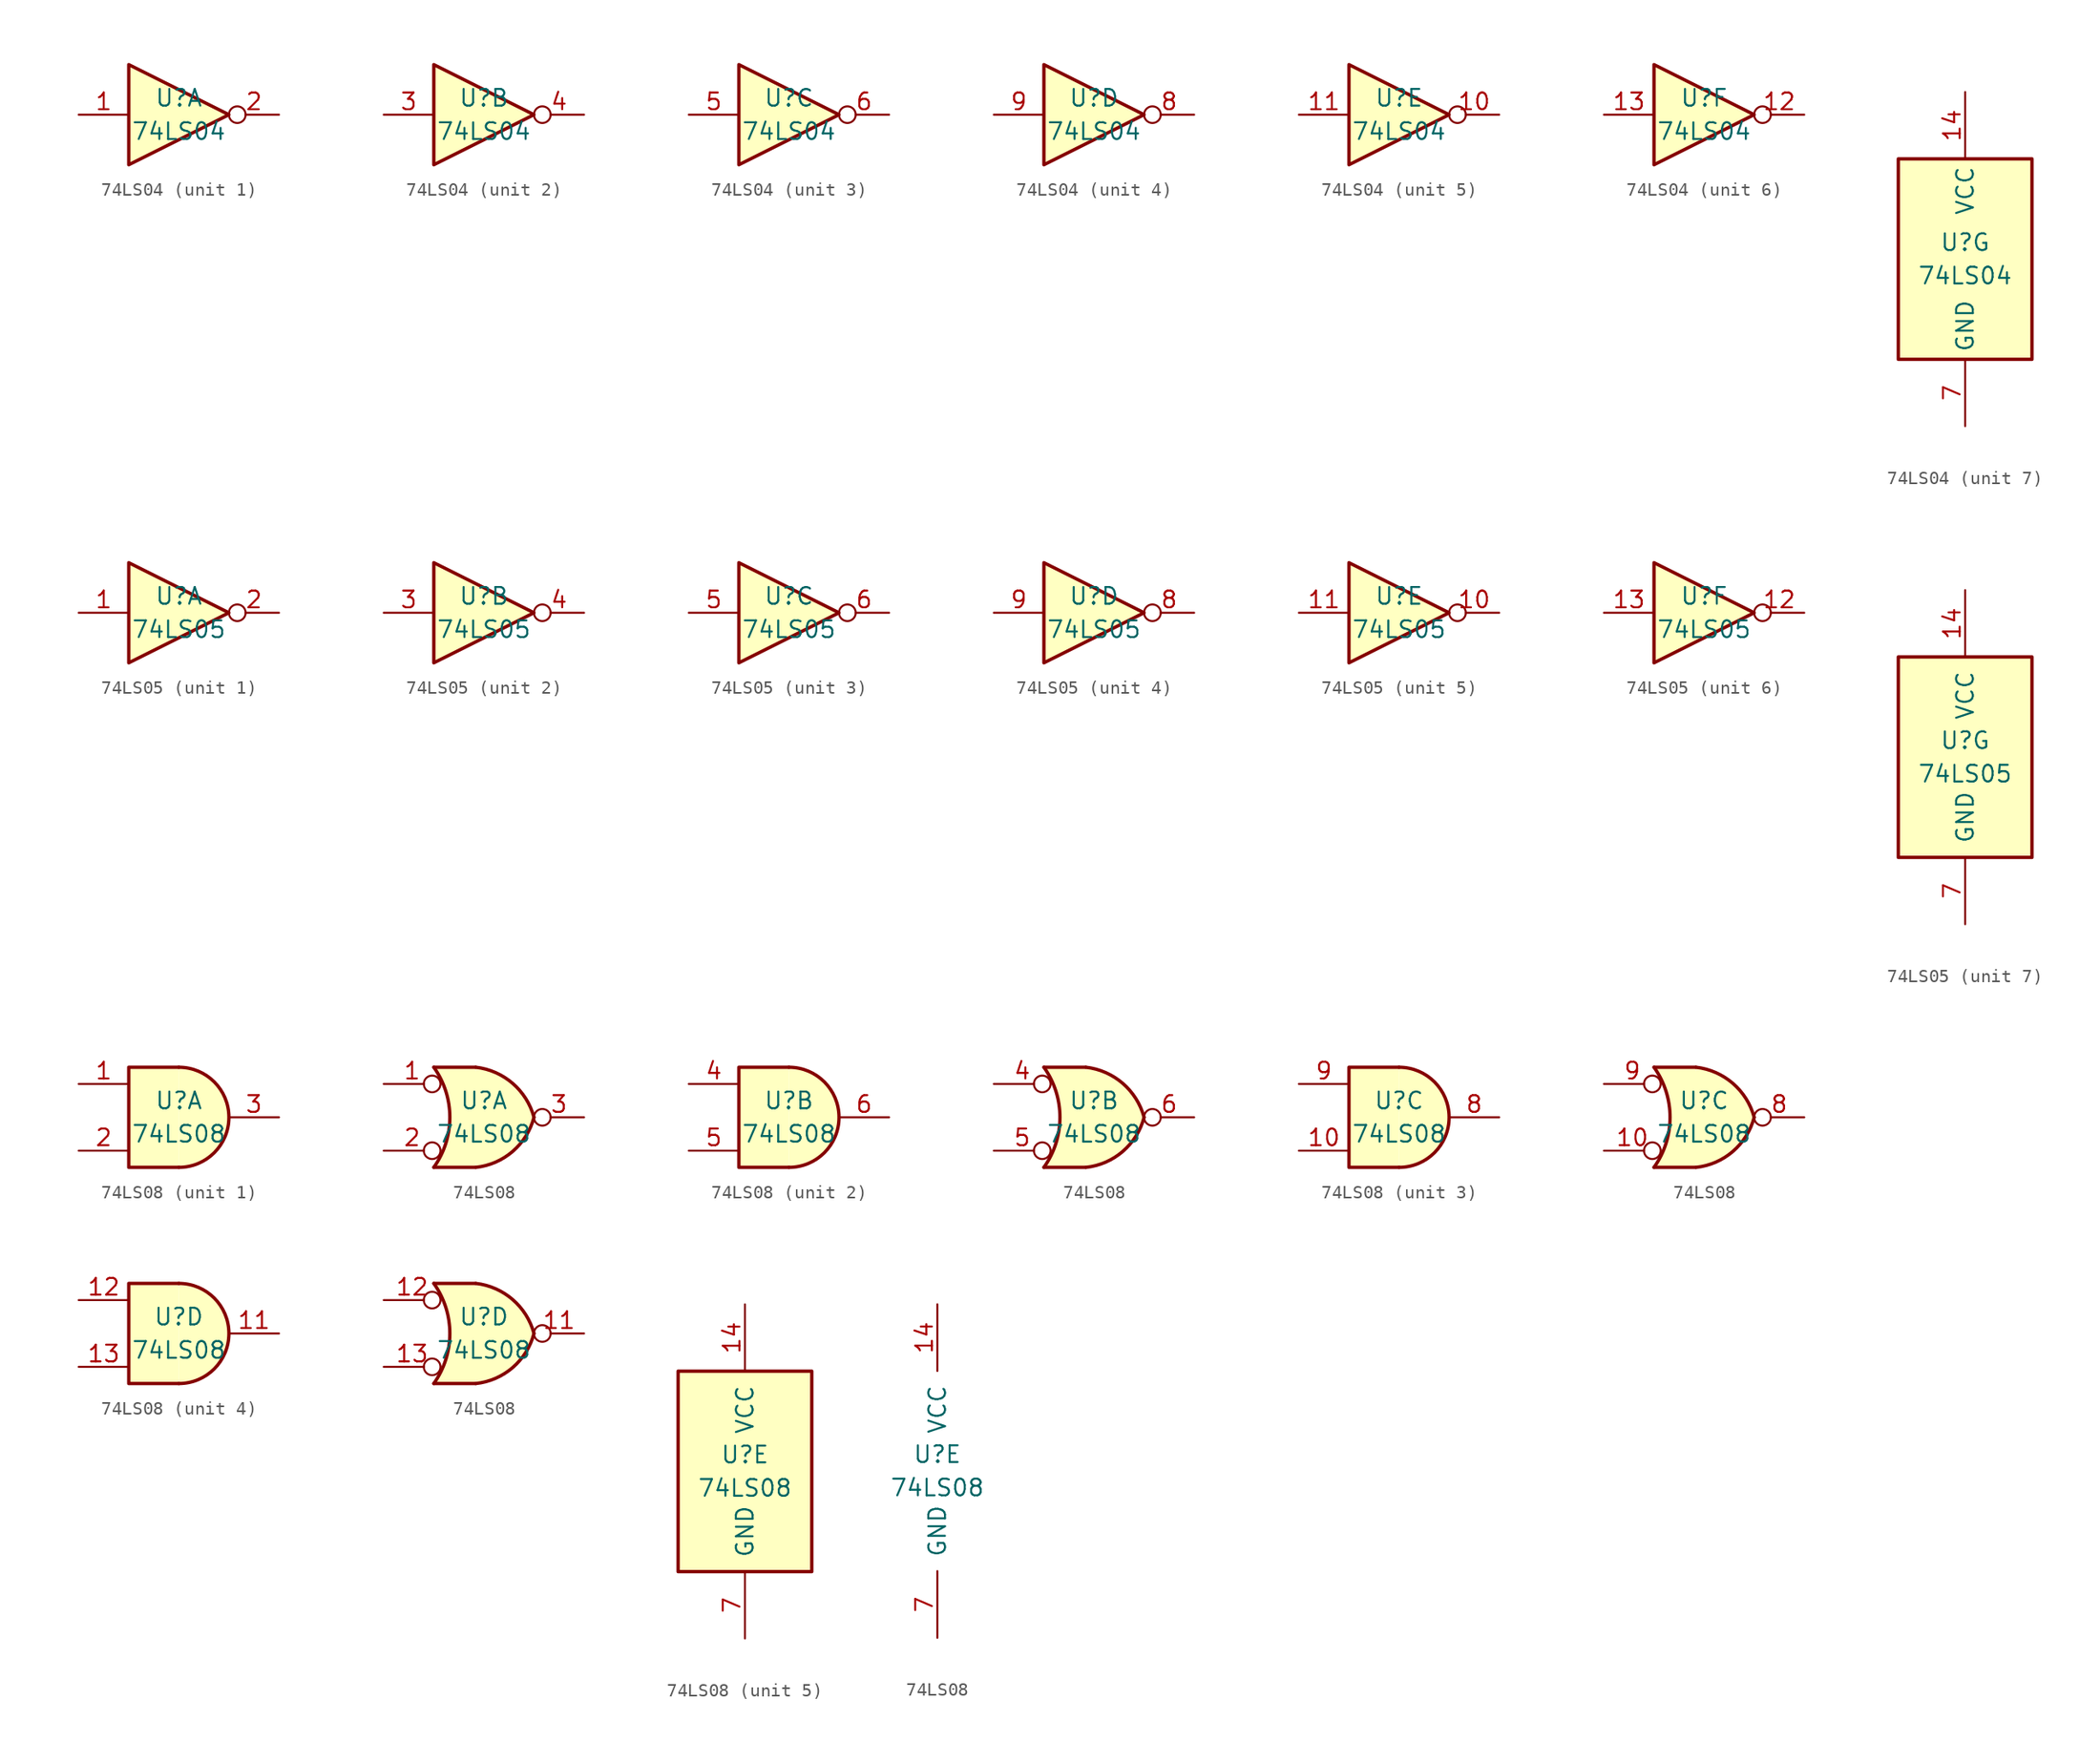
<source format=kicad_sym>
(kicad_symbol_lib
  (version 20241209)
  (generator "kicad_symbol_editor")
  (generator_version "9.0")
  (symbol "74LS04"
    (property "Reference" "U"
      (at 0 1.27 0)
      (effects (font (size 1.27 1.27))))
    (property "Value" "74LS04"
      (at 0 -1.27 0)
      (effects (font (size 1.27 1.27))))
    (property "ki_locked" ""
      (at 0 0 0)
      (effects (font (size 1.27 1.27))))
    (symbol "74LS04_1_0"
      (polyline (pts (xy -3.81 3.81) (xy -3.81 -3.81) (xy 3.81 0) (xy -3.81 3.81)) (stroke (width 0.254) (type solid)) (fill (type background)))
      (pin input line (at -7.62 0 0) (length 3.81) (name "~" (effects (font (size 1.27 1.27)))) (number "1" (effects (font (size 1.27 1.27)))))
      (pin output inverted (at 7.62 0 180) (length 3.81) (name "~" (effects (font (size 1.27 1.27)))) (number "2" (effects (font (size 1.27 1.27))))))
    (symbol "74LS04_2_0"
      (polyline (pts (xy -3.81 3.81) (xy -3.81 -3.81) (xy 3.81 0) (xy -3.81 3.81)) (stroke (width 0.254) (type solid)) (fill (type background)))
      (pin input line (at -7.62 0 0) (length 3.81) (name "~" (effects (font (size 1.27 1.27)))) (number "3" (effects (font (size 1.27 1.27)))))
      (pin output inverted (at 7.62 0 180) (length 3.81) (name "~" (effects (font (size 1.27 1.27)))) (number "4" (effects (font (size 1.27 1.27))))))
    (symbol "74LS04_3_0"
      (polyline (pts (xy -3.81 3.81) (xy -3.81 -3.81) (xy 3.81 0) (xy -3.81 3.81)) (stroke (width 0.254) (type solid)) (fill (type background)))
      (pin input line (at -7.62 0 0) (length 3.81) (name "~" (effects (font (size 1.27 1.27)))) (number "5" (effects (font (size 1.27 1.27)))))
      (pin output inverted (at 7.62 0 180) (length 3.81) (name "~" (effects (font (size 1.27 1.27)))) (number "6" (effects (font (size 1.27 1.27))))))
    (symbol "74LS04_4_0"
      (polyline (pts (xy -3.81 3.81) (xy -3.81 -3.81) (xy 3.81 0) (xy -3.81 3.81)) (stroke (width 0.254) (type solid)) (fill (type background)))
      (pin input line (at -7.62 0 0) (length 3.81) (name "~" (effects (font (size 1.27 1.27)))) (number "9" (effects (font (size 1.27 1.27)))))
      (pin output inverted (at 7.62 0 180) (length 3.81) (name "~" (effects (font (size 1.27 1.27)))) (number "8" (effects (font (size 1.27 1.27))))))
    (symbol "74LS04_5_0"
      (polyline (pts (xy -3.81 3.81) (xy -3.81 -3.81) (xy 3.81 0) (xy -3.81 3.81)) (stroke (width 0.254) (type solid)) (fill (type background)))
      (pin input line (at -7.62 0 0) (length 3.81) (name "~" (effects (font (size 1.27 1.27)))) (number "11" (effects (font (size 1.27 1.27)))))
      (pin output inverted (at 7.62 0 180) (length 3.81) (name "~" (effects (font (size 1.27 1.27)))) (number "10" (effects (font (size 1.27 1.27))))))
    (symbol "74LS04_6_0"
      (polyline (pts (xy -3.81 3.81) (xy -3.81 -3.81) (xy 3.81 0) (xy -3.81 3.81)) (stroke (width 0.254) (type solid)) (fill (type background)))
      (pin input line (at -7.62 0 0) (length 3.81) (name "~" (effects (font (size 1.27 1.27)))) (number "13" (effects (font (size 1.27 1.27)))))
      (pin output inverted (at 7.62 0 180) (length 3.81) (name "~" (effects (font (size 1.27 1.27)))) (number "12" (effects (font (size 1.27 1.27))))))
    (symbol "74LS04_7_0"
      (pin power_in line (at 0 12.7 270) (length 5.08) (name "VCC" (effects (font (size 1.27 1.27)))) (number "14" (effects (font (size 1.27 1.27)))))
      (pin power_in line (at 0 -12.7 90) (length 5.08) (name "GND" (effects (font (size 1.27 1.27)))) (number "7" (effects (font (size 1.27 1.27))))))
    (symbol "74LS04_7_1"
      (rectangle (start -5.08 7.62) (end 5.08 -7.62) (stroke (width 0.254) (type solid)) (fill (type background)))))
  (symbol "74LS05"
    (pin_names
      (offset 1.016))
    (property "Reference" "U"
      (at 0 1.27 0)
      (effects (font (size 1.27 1.27))))
    (property "Value" "74LS05"
      (at 0 -1.27 0)
      (effects (font (size 1.27 1.27))))
    (property "ki_locked" ""
      (at 0 0 0)
      (effects (font (size 1.27 1.27))))
    (symbol "74LS05_1_0"
      (polyline (pts (xy -3.81 3.81) (xy -3.81 -3.81) (xy 3.81 0) (xy -3.81 3.81)) (stroke (width 0.254) (type solid)) (fill (type background)))
      (pin input line (at -7.62 0 0) (length 3.81) (name "~" (effects (font (size 1.27 1.27)))) (number "1" (effects (font (size 1.27 1.27)))))
      (pin open_collector inverted (at 7.62 0 180) (length 3.81) (name "~" (effects (font (size 1.27 1.27)))) (number "2" (effects (font (size 1.27 1.27))))))
    (symbol "74LS05_2_0"
      (polyline (pts (xy -3.81 3.81) (xy -3.81 -3.81) (xy 3.81 0) (xy -3.81 3.81)) (stroke (width 0.254) (type solid)) (fill (type background)))
      (pin input line (at -7.62 0 0) (length 3.81) (name "~" (effects (font (size 1.27 1.27)))) (number "3" (effects (font (size 1.27 1.27)))))
      (pin open_collector inverted (at 7.62 0 180) (length 3.81) (name "~" (effects (font (size 1.27 1.27)))) (number "4" (effects (font (size 1.27 1.27))))))
    (symbol "74LS05_3_0"
      (polyline (pts (xy -3.81 3.81) (xy -3.81 -3.81) (xy 3.81 0) (xy -3.81 3.81)) (stroke (width 0.254) (type solid)) (fill (type background)))
      (pin input line (at -7.62 0 0) (length 3.81) (name "~" (effects (font (size 1.27 1.27)))) (number "5" (effects (font (size 1.27 1.27)))))
      (pin open_collector inverted (at 7.62 0 180) (length 3.81) (name "~" (effects (font (size 1.27 1.27)))) (number "6" (effects (font (size 1.27 1.27))))))
    (symbol "74LS05_4_0"
      (polyline (pts (xy -3.81 3.81) (xy -3.81 -3.81) (xy 3.81 0) (xy -3.81 3.81)) (stroke (width 0.254) (type solid)) (fill (type background)))
      (pin input line (at -7.62 0 0) (length 3.81) (name "~" (effects (font (size 1.27 1.27)))) (number "9" (effects (font (size 1.27 1.27)))))
      (pin open_collector inverted (at 7.62 0 180) (length 3.81) (name "~" (effects (font (size 1.27 1.27)))) (number "8" (effects (font (size 1.27 1.27))))))
    (symbol "74LS05_5_0"
      (polyline (pts (xy -3.81 3.81) (xy -3.81 -3.81) (xy 3.81 0) (xy -3.81 3.81)) (stroke (width 0.254) (type solid)) (fill (type background)))
      (pin input line (at -7.62 0 0) (length 3.81) (name "~" (effects (font (size 1.27 1.27)))) (number "11" (effects (font (size 1.27 1.27)))))
      (pin open_collector inverted (at 7.62 0 180) (length 3.81) (name "~" (effects (font (size 1.27 1.27)))) (number "10" (effects (font (size 1.27 1.27))))))
    (symbol "74LS05_6_0"
      (polyline (pts (xy -3.81 3.81) (xy -3.81 -3.81) (xy 3.81 0) (xy -3.81 3.81)) (stroke (width 0.254) (type solid)) (fill (type background)))
      (pin input line (at -7.62 0 0) (length 3.81) (name "~" (effects (font (size 1.27 1.27)))) (number "13" (effects (font (size 1.27 1.27)))))
      (pin open_collector inverted (at 7.62 0 180) (length 3.81) (name "~" (effects (font (size 1.27 1.27)))) (number "12" (effects (font (size 1.27 1.27))))))
    (symbol "74LS05_7_0"
      (pin power_in line (at 0 12.7 270) (length 5.08) (name "VCC" (effects (font (size 1.27 1.27)))) (number "14" (effects (font (size 1.27 1.27)))))
      (pin power_in line (at 0 -12.7 90) (length 5.08) (name "GND" (effects (font (size 1.27 1.27)))) (number "7" (effects (font (size 1.27 1.27))))))
    (symbol "74LS05_7_1"
      (rectangle (start -5.08 7.62) (end 5.08 -7.62) (stroke (width 0.254) (type solid)) (fill (type background)))))
  (symbol "74LS08"
    (pin_names
      (offset 1.016))
    (property "Reference" "U"
      (at 0 1.27 0)
      (effects (font (size 1.27 1.27))))
    (property "Value" "74LS08"
      (at 0 -1.27 0)
      (effects (font (size 1.27 1.27))))
    (property "ki_locked" ""
      (at 0 0 0)
      (effects (font (size 1.27 1.27))))
    (symbol "74LS08_1_1"
      (polyline (pts (xy 0 3.81) (xy -3.81 3.81) (xy -3.81 -3.81) (xy 0 -3.81)) (stroke (width 0.254) (type solid)) (fill (type background)))
      (arc (start 0 3.81) (mid 3.81 0) (end 0 -3.81) (stroke (width 0.254) (type solid)) (fill (type background)))
      (pin input line (at -7.62 2.54 0) (length 3.81) (name "~" (effects (font (size 1.27 1.27)))) (number "1" (effects (font (size 1.27 1.27)))))
      (pin input line (at -7.62 -2.54 0) (length 3.81) (name "~" (effects (font (size 1.27 1.27)))) (number "2" (effects (font (size 1.27 1.27)))))
      (pin output line (at 7.62 0 180) (length 3.81) (name "~" (effects (font (size 1.27 1.27)))) (number "3" (effects (font (size 1.27 1.27))))))
    (symbol "74LS08_1_2"
      (arc (start -3.81 3.81) (mid -2.589 0) (end -3.81 -3.81) (stroke (width 0.254) (type solid)) (fill (type none)))
      (polyline (pts (xy -3.81 3.81) (xy -0.635 3.81)) (stroke (width 0.254) (type solid)) (fill (type background)))
      (polyline (pts (xy -3.81 -3.81) (xy -0.635 -3.81)) (stroke (width 0.254) (type solid)) (fill (type background)))
      (arc (start 3.81 0) (mid 2.1915 -2.5936) (end -0.6096 -3.81) (stroke (width 0.254) (type solid)) (fill (type background)))
      (arc (start -0.6096 3.81) (mid 2.1842 2.5851) (end 3.81 0) (stroke (width 0.254) (type solid)) (fill (type background)))
      (polyline (pts (xy -0.635 3.81) (xy -3.81 3.81) (xy -3.81 3.81) (xy -3.556 3.404) (xy -3.023 2.261) (xy -2.692 1.041) (xy -2.616 -0.254) (xy -2.769 -1.499) (xy -3.175 -2.718) (xy -3.81 -3.81) (xy -3.81 -3.81) (xy -0.635 -3.81)) (stroke (width -25.4) (type solid)) (fill (type background)))
      (pin input inverted (at -7.62 2.54 0) (length 4.318) (name "~" (effects (font (size 1.27 1.27)))) (number "1" (effects (font (size 1.27 1.27)))))
      (pin input inverted (at -7.62 -2.54 0) (length 4.318) (name "~" (effects (font (size 1.27 1.27)))) (number "2" (effects (font (size 1.27 1.27)))))
      (pin output inverted (at 7.62 0 180) (length 3.81) (name "~" (effects (font (size 1.27 1.27)))) (number "3" (effects (font (size 1.27 1.27))))))
    (symbol "74LS08_2_1"
      (polyline (pts (xy 0 3.81) (xy -3.81 3.81) (xy -3.81 -3.81) (xy 0 -3.81)) (stroke (width 0.254) (type solid)) (fill (type background)))
      (arc (start 0 3.81) (mid 3.81 0) (end 0 -3.81) (stroke (width 0.254) (type solid)) (fill (type background)))
      (pin input line (at -7.62 2.54 0) (length 3.81) (name "~" (effects (font (size 1.27 1.27)))) (number "4" (effects (font (size 1.27 1.27)))))
      (pin input line (at -7.62 -2.54 0) (length 3.81) (name "~" (effects (font (size 1.27 1.27)))) (number "5" (effects (font (size 1.27 1.27)))))
      (pin output line (at 7.62 0 180) (length 3.81) (name "~" (effects (font (size 1.27 1.27)))) (number "6" (effects (font (size 1.27 1.27))))))
    (symbol "74LS08_2_2"
      (arc (start -3.81 3.81) (mid -2.589 0) (end -3.81 -3.81) (stroke (width 0.254) (type solid)) (fill (type none)))
      (polyline (pts (xy -3.81 3.81) (xy -0.635 3.81)) (stroke (width 0.254) (type solid)) (fill (type background)))
      (polyline (pts (xy -3.81 -3.81) (xy -0.635 -3.81)) (stroke (width 0.254) (type solid)) (fill (type background)))
      (arc (start 3.81 0) (mid 2.1915 -2.5936) (end -0.6096 -3.81) (stroke (width 0.254) (type solid)) (fill (type background)))
      (arc (start -0.6096 3.81) (mid 2.1842 2.5851) (end 3.81 0) (stroke (width 0.254) (type solid)) (fill (type background)))
      (polyline (pts (xy -0.635 3.81) (xy -3.81 3.81) (xy -3.81 3.81) (xy -3.556 3.404) (xy -3.023 2.261) (xy -2.692 1.041) (xy -2.616 -0.254) (xy -2.769 -1.499) (xy -3.175 -2.718) (xy -3.81 -3.81) (xy -3.81 -3.81) (xy -0.635 -3.81)) (stroke (width -25.4) (type solid)) (fill (type background)))
      (pin input inverted (at -7.62 2.54 0) (length 4.318) (name "~" (effects (font (size 1.27 1.27)))) (number "4" (effects (font (size 1.27 1.27)))))
      (pin input inverted (at -7.62 -2.54 0) (length 4.318) (name "~" (effects (font (size 1.27 1.27)))) (number "5" (effects (font (size 1.27 1.27)))))
      (pin output inverted (at 7.62 0 180) (length 3.81) (name "~" (effects (font (size 1.27 1.27)))) (number "6" (effects (font (size 1.27 1.27))))))
    (symbol "74LS08_3_1"
      (polyline (pts (xy 0 3.81) (xy -3.81 3.81) (xy -3.81 -3.81) (xy 0 -3.81)) (stroke (width 0.254) (type solid)) (fill (type background)))
      (arc (start 0 3.81) (mid 3.81 0) (end 0 -3.81) (stroke (width 0.254) (type solid)) (fill (type background)))
      (pin input line (at -7.62 2.54 0) (length 3.81) (name "~" (effects (font (size 1.27 1.27)))) (number "9" (effects (font (size 1.27 1.27)))))
      (pin input line (at -7.62 -2.54 0) (length 3.81) (name "~" (effects (font (size 1.27 1.27)))) (number "10" (effects (font (size 1.27 1.27)))))
      (pin output line (at 7.62 0 180) (length 3.81) (name "~" (effects (font (size 1.27 1.27)))) (number "8" (effects (font (size 1.27 1.27))))))
    (symbol "74LS08_3_2"
      (arc (start -3.81 3.81) (mid -2.589 0) (end -3.81 -3.81) (stroke (width 0.254) (type solid)) (fill (type none)))
      (polyline (pts (xy -3.81 3.81) (xy -0.635 3.81)) (stroke (width 0.254) (type solid)) (fill (type background)))
      (polyline (pts (xy -3.81 -3.81) (xy -0.635 -3.81)) (stroke (width 0.254) (type solid)) (fill (type background)))
      (arc (start 3.81 0) (mid 2.1915 -2.5936) (end -0.6096 -3.81) (stroke (width 0.254) (type solid)) (fill (type background)))
      (arc (start -0.6096 3.81) (mid 2.1842 2.5851) (end 3.81 0) (stroke (width 0.254) (type solid)) (fill (type background)))
      (polyline (pts (xy -0.635 3.81) (xy -3.81 3.81) (xy -3.81 3.81) (xy -3.556 3.404) (xy -3.023 2.261) (xy -2.692 1.041) (xy -2.616 -0.254) (xy -2.769 -1.499) (xy -3.175 -2.718) (xy -3.81 -3.81) (xy -3.81 -3.81) (xy -0.635 -3.81)) (stroke (width -25.4) (type solid)) (fill (type background)))
      (pin input inverted (at -7.62 2.54 0) (length 4.318) (name "~" (effects (font (size 1.27 1.27)))) (number "9" (effects (font (size 1.27 1.27)))))
      (pin input inverted (at -7.62 -2.54 0) (length 4.318) (name "~" (effects (font (size 1.27 1.27)))) (number "10" (effects (font (size 1.27 1.27)))))
      (pin output inverted (at 7.62 0 180) (length 3.81) (name "~" (effects (font (size 1.27 1.27)))) (number "8" (effects (font (size 1.27 1.27))))))
    (symbol "74LS08_4_1"
      (polyline (pts (xy 0 3.81) (xy -3.81 3.81) (xy -3.81 -3.81) (xy 0 -3.81)) (stroke (width 0.254) (type solid)) (fill (type background)))
      (arc (start 0 3.81) (mid 3.81 0) (end 0 -3.81) (stroke (width 0.254) (type solid)) (fill (type background)))
      (pin input line (at -7.62 2.54 0) (length 3.81) (name "~" (effects (font (size 1.27 1.27)))) (number "12" (effects (font (size 1.27 1.27)))))
      (pin input line (at -7.62 -2.54 0) (length 3.81) (name "~" (effects (font (size 1.27 1.27)))) (number "13" (effects (font (size 1.27 1.27)))))
      (pin output line (at 7.62 0 180) (length 3.81) (name "~" (effects (font (size 1.27 1.27)))) (number "11" (effects (font (size 1.27 1.27))))))
    (symbol "74LS08_4_2"
      (arc (start -3.81 3.81) (mid -2.589 0) (end -3.81 -3.81) (stroke (width 0.254) (type solid)) (fill (type none)))
      (polyline (pts (xy -3.81 3.81) (xy -0.635 3.81)) (stroke (width 0.254) (type solid)) (fill (type background)))
      (polyline (pts (xy -3.81 -3.81) (xy -0.635 -3.81)) (stroke (width 0.254) (type solid)) (fill (type background)))
      (arc (start 3.81 0) (mid 2.1915 -2.5936) (end -0.6096 -3.81) (stroke (width 0.254) (type solid)) (fill (type background)))
      (arc (start -0.6096 3.81) (mid 2.1842 2.5851) (end 3.81 0) (stroke (width 0.254) (type solid)) (fill (type background)))
      (polyline (pts (xy -0.635 3.81) (xy -3.81 3.81) (xy -3.81 3.81) (xy -3.556 3.404) (xy -3.023 2.261) (xy -2.692 1.041) (xy -2.616 -0.254) (xy -2.769 -1.499) (xy -3.175 -2.718) (xy -3.81 -3.81) (xy -3.81 -3.81) (xy -0.635 -3.81)) (stroke (width -25.4) (type solid)) (fill (type background)))
      (pin input inverted (at -7.62 2.54 0) (length 4.318) (name "~" (effects (font (size 1.27 1.27)))) (number "12" (effects (font (size 1.27 1.27)))))
      (pin input inverted (at -7.62 -2.54 0) (length 4.318) (name "~" (effects (font (size 1.27 1.27)))) (number "13" (effects (font (size 1.27 1.27)))))
      (pin output inverted (at 7.62 0 180) (length 3.81) (name "~" (effects (font (size 1.27 1.27)))) (number "11" (effects (font (size 1.27 1.27))))))
    (symbol "74LS08_5_0"
      (pin power_in line (at 0 12.7 270) (length 5.08) (name "VCC" (effects (font (size 1.27 1.27)))) (number "14" (effects (font (size 1.27 1.27)))))
      (pin power_in line (at 0 -12.7 90) (length 5.08) (name "GND" (effects (font (size 1.27 1.27)))) (number "7" (effects (font (size 1.27 1.27))))))
    (symbol "74LS08_5_1"
      (rectangle (start -5.08 7.62) (end 5.08 -7.62) (stroke (width 0.254) (type solid)) (fill (type background))))))
</source>
